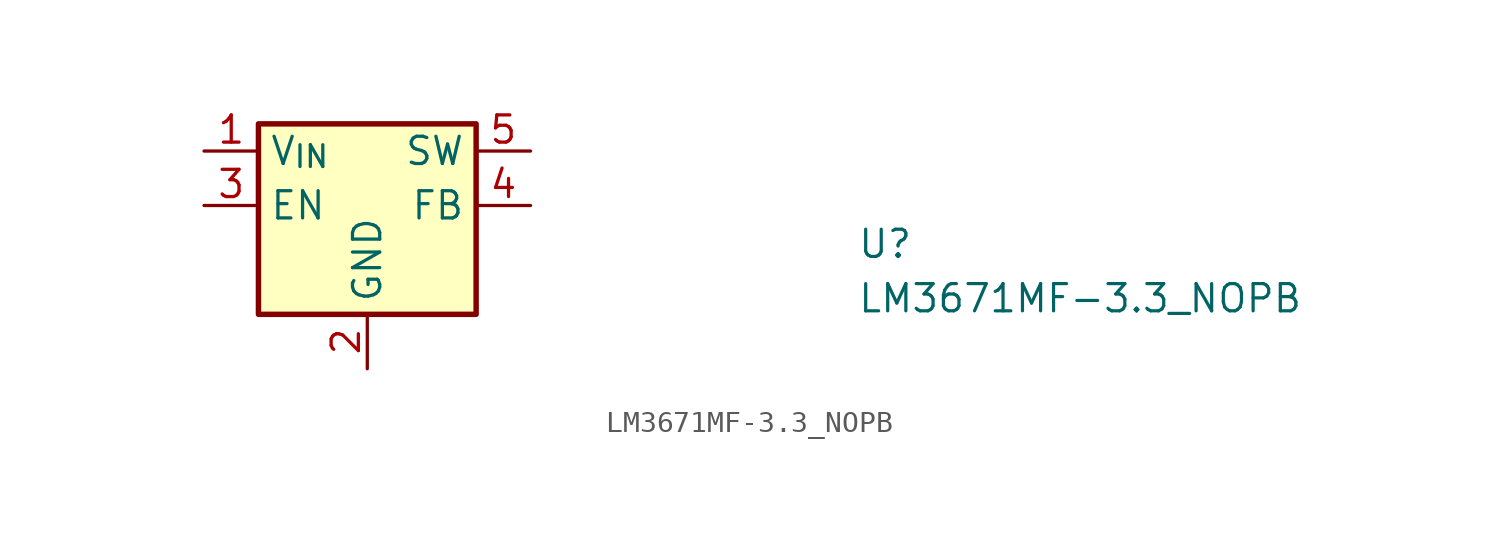
<source format=kicad_sym>
(kicad_symbol_lib
  (version 20211014)
  (generator kicad_symbol_editor)
  (symbol "LM3671MF-3.3_NOPB"
    (property "Reference" "U"
      (at 30.48 -5.08 0)
      (effects (font (size 1.27 1.27) (thickness 0.15)) (justify left bottom)))
    (property "Value" "LM3671MF-3.3_NOPB"
      (at 30.48 -7.62 0)
      (effects (font (size 1.27 1.27) (thickness 0.15)) (justify left bottom)))
    (symbol "LM3671MF-3.3_NOPB_1_1"
      (rectangle (start 2.54 1.27) (end 12.7 -7.62) (stroke (width 0.254) (type default) (color 0 0 0 0)) (fill (type background)))
      (pin power_in line (at 0 0 0) (length 2.54) (name "V_{IN}" (effects (font (size 1.27 1.27)))) (number "1" (effects (font (size 1.27 1.27)))))
      (pin power_in line (at 7.62 -10.16 90) (length 2.54) (name "GND" (effects (font (size 1.27 1.27)))) (number "2" (effects (font (size 1.27 1.27)))))
      (pin input line (at 0 -2.54 0) (length 2.54) (name "EN" (effects (font (size 1.27 1.27)))) (number "3" (effects (font (size 1.27 1.27)))))
      (pin input line (at 15.24 -2.54 180) (length 2.54) (name "FB" (effects (font (size 1.27 1.27)))) (number "4" (effects (font (size 1.27 1.27)))))
      (pin input line (at 15.24 0 180) (length 2.54) (name "SW" (effects (font (size 1.27 1.27)))) (number "5" (effects (font (size 1.27 1.27))))))))
</source>
